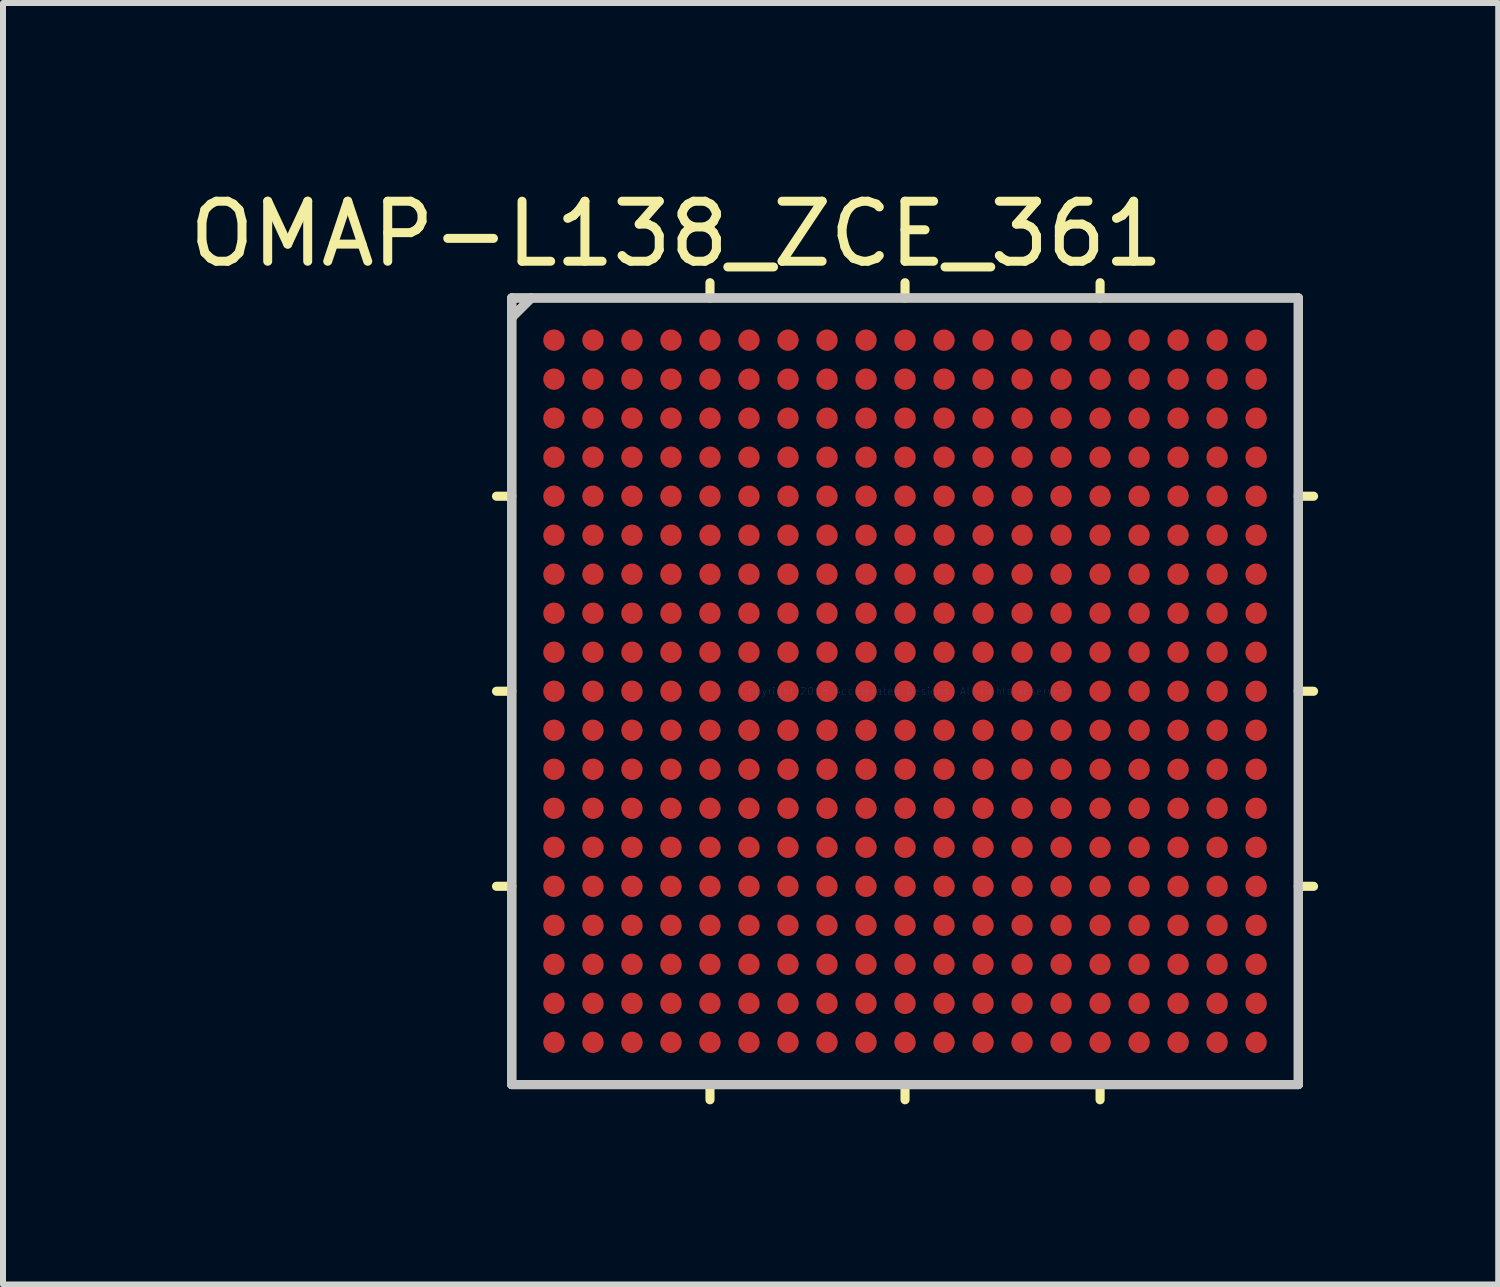
<source format=kicad_pcb>
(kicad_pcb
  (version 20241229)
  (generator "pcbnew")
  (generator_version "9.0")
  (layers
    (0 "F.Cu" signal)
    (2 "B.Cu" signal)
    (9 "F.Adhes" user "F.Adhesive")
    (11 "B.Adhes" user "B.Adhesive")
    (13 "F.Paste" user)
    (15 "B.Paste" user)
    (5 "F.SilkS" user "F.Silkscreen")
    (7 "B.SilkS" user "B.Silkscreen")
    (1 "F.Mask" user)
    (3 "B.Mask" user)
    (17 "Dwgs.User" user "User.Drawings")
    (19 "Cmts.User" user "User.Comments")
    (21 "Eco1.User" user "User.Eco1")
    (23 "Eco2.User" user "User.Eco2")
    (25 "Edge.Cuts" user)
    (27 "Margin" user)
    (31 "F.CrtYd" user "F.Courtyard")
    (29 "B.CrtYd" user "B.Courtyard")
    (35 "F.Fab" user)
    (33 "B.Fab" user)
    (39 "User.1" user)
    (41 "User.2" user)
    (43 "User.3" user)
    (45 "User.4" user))
  (footprint "OMAP-L138_ZCE_361"
    (layer "F.Cu")
    (at 12.03 8.468)
    (property "Reference" "OMAP-L138_ZCE_361" (at -3.81 -7.62 0) (layer "F.SilkS") (effects (font (size 1 1) (thickness 0.15))))
    (attr through_hole)
    (fp_line (start -6.553 -6.553) (end -6.553 6.553) (stroke (width 0.152) (type solid)) (layer "F.SilkS"))
    (fp_line (start -6.553 -3.25) (end -6.807 -3.25) (stroke (width 0.152) (type solid)) (layer "F.SilkS"))
    (fp_line (start -6.553 0) (end -6.807 0) (stroke (width 0.152) (type solid)) (layer "F.SilkS"))
    (fp_line (start -6.553 3.25) (end -6.807 3.25) (stroke (width 0.152) (type solid)) (layer "F.SilkS"))
    (fp_line (start -6.553 6.553) (end 6.553 6.553) (stroke (width 0.152) (type solid)) (layer "F.SilkS"))
    (fp_line (start -6.228 -6.553) (end -6.553 -6.228) (stroke (width 0.152) (type solid)) (layer "F.SilkS"))
    (fp_line (start -3.25 -6.553) (end -3.25 -6.807) (stroke (width 0.152) (type solid)) (layer "F.SilkS"))
    (fp_line (start -3.25 6.553) (end -3.25 6.807) (stroke (width 0.152) (type solid)) (layer "F.SilkS"))
    (fp_line (start 0 -6.553) (end 0 -6.807) (stroke (width 0.152) (type solid)) (layer "F.SilkS"))
    (fp_line (start 0 6.553) (end 0 6.807) (stroke (width 0.152) (type solid)) (layer "F.SilkS"))
    (fp_line (start 3.25 -6.553) (end 3.25 -6.807) (stroke (width 0.152) (type solid)) (layer "F.SilkS"))
    (fp_line (start 3.25 6.553) (end 3.25 6.807) (stroke (width 0.152) (type solid)) (layer "F.SilkS"))
    (fp_line (start 6.553 -6.553) (end -6.553 -6.553) (stroke (width 0.152) (type solid)) (layer "F.SilkS"))
    (fp_line (start 6.553 -3.25) (end 6.807 -3.25) (stroke (width 0.152) (type solid)) (layer "F.SilkS"))
    (fp_line (start 6.553 0) (end 6.807 0) (stroke (width 0.152) (type solid)) (layer "F.SilkS"))
    (fp_line (start 6.553 3.25) (end 6.807 3.25) (stroke (width 0.152) (type solid)) (layer "F.SilkS"))
    (fp_line (start 6.553 6.553) (end 6.553 -6.553) (stroke (width 0.152) (type solid)) (layer "F.SilkS"))
    (fp_line (start -6.553 -6.553) (end -6.553 6.553) (stroke (width 0.152) (type solid)) (layer "Dwgs.User"))
    (fp_line (start -6.553 6.553) (end 6.553 6.553) (stroke (width 0.152) (type solid)) (layer "Dwgs.User"))
    (fp_line (start -6.228 -6.553) (end -6.553 -6.228) (stroke (width 0.152) (type solid)) (layer "Dwgs.User"))
    (fp_line (start 6.553 -6.553) (end -6.553 -6.553) (stroke (width 0.152) (type solid)) (layer "Dwgs.User"))
    (fp_line (start 6.553 6.553) (end 6.553 -6.553) (stroke (width 0.152) (type solid)) (layer "Dwgs.User"))
    (fp_text user "Copyright 2016 Accelerated Designs. All rights reserved." (at 0 0 0) (layer "Cmts.User") (effects (font (size 0.127 0.127) (thickness 0.002))))
    (pad "A1" smd circle (at -5.85 -5.85) (size 0.356 0.356) (layers "F.Cu"))
    (pad "A2" smd circle (at -5.2 -5.85) (size 0.356 0.356) (layers "F.Cu"))
    (pad "A3" smd circle (at -4.55 -5.85) (size 0.356 0.356) (layers "F.Cu"))
    (pad "A4" smd circle (at -3.9 -5.85) (size 0.356 0.356) (layers "F.Cu"))
    (pad "A5" smd circle (at -3.25 -5.85) (size 0.356 0.356) (layers "F.Cu"))
    (pad "A6" smd circle (at -2.6 -5.85) (size 0.356 0.356) (layers "F.Cu"))
    (pad "A7" smd circle (at -1.95 -5.85) (size 0.356 0.356) (layers "F.Cu"))
    (pad "A8" smd circle (at -1.3 -5.85) (size 0.356 0.356) (layers "F.Cu"))
    (pad "A9" smd circle (at -0.65 -5.85) (size 0.356 0.356) (layers "F.Cu"))
    (pad "A10" smd circle (at 0 -5.85) (size 0.356 0.356) (layers "F.Cu"))
    (pad "A11" smd circle (at 0.65 -5.85) (size 0.356 0.356) (layers "F.Cu"))
    (pad "A12" smd circle (at 1.3 -5.85) (size 0.356 0.356) (layers "F.Cu"))
    (pad "A13" smd circle (at 1.95 -5.85) (size 0.356 0.356) (layers "F.Cu"))
    (pad "A14" smd circle (at 2.6 -5.85) (size 0.356 0.356) (layers "F.Cu"))
    (pad "A15" smd circle (at 3.25 -5.85) (size 0.356 0.356) (layers "F.Cu"))
    (pad "A16" smd circle (at 3.9 -5.85) (size 0.356 0.356) (layers "F.Cu"))
    (pad "A17" smd circle (at 4.55 -5.85) (size 0.356 0.356) (layers "F.Cu"))
    (pad "A18" smd circle (at 5.2 -5.85) (size 0.356 0.356) (layers "F.Cu"))
    (pad "A19" smd circle (at 5.85 -5.85) (size 0.356 0.356) (layers "F.Cu"))
    (pad "B1" smd circle (at -5.85 -5.2) (size 0.356 0.356) (layers "F.Cu"))
    (pad "B2" smd circle (at -5.2 -5.2) (size 0.356 0.356) (layers "F.Cu"))
    (pad "B3" smd circle (at -4.55 -5.2) (size 0.356 0.356) (layers "F.Cu"))
    (pad "B4" smd circle (at -3.9 -5.2) (size 0.356 0.356) (layers "F.Cu"))
    (pad "B5" smd circle (at -3.25 -5.2) (size 0.356 0.356) (layers "F.Cu"))
    (pad "B6" smd circle (at -2.6 -5.2) (size 0.356 0.356) (layers "F.Cu"))
    (pad "B7" smd circle (at -1.95 -5.2) (size 0.356 0.356) (layers "F.Cu"))
    (pad "B8" smd circle (at -1.3 -5.2) (size 0.356 0.356) (layers "F.Cu"))
    (pad "B9" smd circle (at -0.65 -5.2) (size 0.356 0.356) (layers "F.Cu"))
    (pad "B10" smd circle (at 0 -5.2) (size 0.356 0.356) (layers "F.Cu"))
    (pad "B11" smd circle (at 0.65 -5.2) (size 0.356 0.356) (layers "F.Cu"))
    (pad "B12" smd circle (at 1.3 -5.2) (size 0.356 0.356) (layers "F.Cu"))
    (pad "B13" smd circle (at 1.95 -5.2) (size 0.356 0.356) (layers "F.Cu"))
    (pad "B14" smd circle (at 2.6 -5.2) (size 0.356 0.356) (layers "F.Cu"))
    (pad "B15" smd circle (at 3.25 -5.2) (size 0.356 0.356) (layers "F.Cu"))
    (pad "B16" smd circle (at 3.9 -5.2) (size 0.356 0.356) (layers "F.Cu"))
    (pad "B17" smd circle (at 4.55 -5.2) (size 0.356 0.356) (layers "F.Cu"))
    (pad "B18" smd circle (at 5.2 -5.2) (size 0.356 0.356) (layers "F.Cu"))
    (pad "B19" smd circle (at 5.85 -5.2) (size 0.356 0.356) (layers "F.Cu"))
    (pad "C1" smd circle (at -5.85 -4.55) (size 0.356 0.356) (layers "F.Cu"))
    (pad "C2" smd circle (at -5.2 -4.55) (size 0.356 0.356) (layers "F.Cu"))
    (pad "C3" smd circle (at -4.55 -4.55) (size 0.356 0.356) (layers "F.Cu"))
    (pad "C4" smd circle (at -3.9 -4.55) (size 0.356 0.356) (layers "F.Cu"))
    (pad "C5" smd circle (at -3.25 -4.55) (size 0.356 0.356) (layers "F.Cu"))
    (pad "C6" smd circle (at -2.6 -4.55) (size 0.356 0.356) (layers "F.Cu"))
    (pad "C7" smd circle (at -1.95 -4.55) (size 0.356 0.356) (layers "F.Cu"))
    (pad "C8" smd circle (at -1.3 -4.55) (size 0.356 0.356) (layers "F.Cu"))
    (pad "C9" smd circle (at -0.65 -4.55) (size 0.356 0.356) (layers "F.Cu"))
    (pad "C10" smd circle (at 0 -4.55) (size 0.356 0.356) (layers "F.Cu"))
    (pad "C11" smd circle (at 0.65 -4.55) (size 0.356 0.356) (layers "F.Cu"))
    (pad "C12" smd circle (at 1.3 -4.55) (size 0.356 0.356) (layers "F.Cu"))
    (pad "C13" smd circle (at 1.95 -4.55) (size 0.356 0.356) (layers "F.Cu"))
    (pad "C14" smd circle (at 2.6 -4.55) (size 0.356 0.356) (layers "F.Cu"))
    (pad "C15" smd circle (at 3.25 -4.55) (size 0.356 0.356) (layers "F.Cu"))
    (pad "C16" smd circle (at 3.9 -4.55) (size 0.356 0.356) (layers "F.Cu"))
    (pad "C17" smd circle (at 4.55 -4.55) (size 0.356 0.356) (layers "F.Cu"))
    (pad "C18" smd circle (at 5.2 -4.55) (size 0.356 0.356) (layers "F.Cu"))
    (pad "C19" smd circle (at 5.85 -4.55) (size 0.356 0.356) (layers "F.Cu"))
    (pad "D1" smd circle (at -5.85 -3.9) (size 0.356 0.356) (layers "F.Cu"))
    (pad "D2" smd circle (at -5.2 -3.9) (size 0.356 0.356) (layers "F.Cu"))
    (pad "D3" smd circle (at -4.55 -3.9) (size 0.356 0.356) (layers "F.Cu"))
    (pad "D4" smd circle (at -3.9 -3.9) (size 0.356 0.356) (layers "F.Cu"))
    (pad "D5" smd circle (at -3.25 -3.9) (size 0.356 0.356) (layers "F.Cu"))
    (pad "D6" smd circle (at -2.6 -3.9) (size 0.356 0.356) (layers "F.Cu"))
    (pad "D7" smd circle (at -1.95 -3.9) (size 0.356 0.356) (layers "F.Cu"))
    (pad "D8" smd circle (at -1.3 -3.9) (size 0.356 0.356) (layers "F.Cu"))
    (pad "D9" smd circle (at -0.65 -3.9) (size 0.356 0.356) (layers "F.Cu"))
    (pad "D10" smd circle (at 0 -3.9) (size 0.356 0.356) (layers "F.Cu"))
    (pad "D11" smd circle (at 0.65 -3.9) (size 0.356 0.356) (layers "F.Cu"))
    (pad "D12" smd circle (at 1.3 -3.9) (size 0.356 0.356) (layers "F.Cu"))
    (pad "D13" smd circle (at 1.95 -3.9) (size 0.356 0.356) (layers "F.Cu"))
    (pad "D14" smd circle (at 2.6 -3.9) (size 0.356 0.356) (layers "F.Cu"))
    (pad "D15" smd circle (at 3.25 -3.9) (size 0.356 0.356) (layers "F.Cu"))
    (pad "D16" smd circle (at 3.9 -3.9) (size 0.356 0.356) (layers "F.Cu"))
    (pad "D17" smd circle (at 4.55 -3.9) (size 0.356 0.356) (layers "F.Cu"))
    (pad "D18" smd circle (at 5.2 -3.9) (size 0.356 0.356) (layers "F.Cu"))
    (pad "D19" smd circle (at 5.85 -3.9) (size 0.356 0.356) (layers "F.Cu"))
    (pad "E1" smd circle (at -5.85 -3.25) (size 0.356 0.356) (layers "F.Cu"))
    (pad "E2" smd circle (at -5.2 -3.25) (size 0.356 0.356) (layers "F.Cu"))
    (pad "E3" smd circle (at -4.55 -3.25) (size 0.356 0.356) (layers "F.Cu"))
    (pad "E4" smd circle (at -3.9 -3.25) (size 0.356 0.356) (layers "F.Cu"))
    (pad "E5" smd circle (at -3.25 -3.25) (size 0.356 0.356) (layers "F.Cu"))
    (pad "E6" smd circle (at -2.6 -3.25) (size 0.356 0.356) (layers "F.Cu"))
    (pad "E7" smd circle (at -1.95 -3.25) (size 0.356 0.356) (layers "F.Cu"))
    (pad "E8" smd circle (at -1.3 -3.25) (size 0.356 0.356) (layers "F.Cu"))
    (pad "E9" smd circle (at -0.65 -3.25) (size 0.356 0.356) (layers "F.Cu"))
    (pad "E10" smd circle (at 0 -3.25) (size 0.356 0.356) (layers "F.Cu"))
    (pad "E11" smd circle (at 0.65 -3.25) (size 0.356 0.356) (layers "F.Cu"))
    (pad "E12" smd circle (at 1.3 -3.25) (size 0.356 0.356) (layers "F.Cu"))
    (pad "E13" smd circle (at 1.95 -3.25) (size 0.356 0.356) (layers "F.Cu"))
    (pad "E14" smd circle (at 2.6 -3.25) (size 0.356 0.356) (layers "F.Cu"))
    (pad "E15" smd circle (at 3.25 -3.25) (size 0.356 0.356) (layers "F.Cu"))
    (pad "E16" smd circle (at 3.9 -3.25) (size 0.356 0.356) (layers "F.Cu"))
    (pad "E17" smd circle (at 4.55 -3.25) (size 0.356 0.356) (layers "F.Cu"))
    (pad "E18" smd circle (at 5.2 -3.25) (size 0.356 0.356) (layers "F.Cu"))
    (pad "E19" smd circle (at 5.85 -3.25) (size 0.356 0.356) (layers "F.Cu"))
    (pad "F1" smd circle (at -5.85 -2.6) (size 0.356 0.356) (layers "F.Cu"))
    (pad "F2" smd circle (at -5.2 -2.6) (size 0.356 0.356) (layers "F.Cu"))
    (pad "F3" smd circle (at -4.55 -2.6) (size 0.356 0.356) (layers "F.Cu"))
    (pad "F4" smd circle (at -3.9 -2.6) (size 0.356 0.356) (layers "F.Cu"))
    (pad "F5" smd circle (at -3.25 -2.6) (size 0.356 0.356) (layers "F.Cu"))
    (pad "F6" smd circle (at -2.6 -2.6) (size 0.356 0.356) (layers "F.Cu"))
    (pad "F7" smd circle (at -1.95 -2.6) (size 0.356 0.356) (layers "F.Cu"))
    (pad "F8" smd circle (at -1.3 -2.6) (size 0.356 0.356) (layers "F.Cu"))
    (pad "F9" smd circle (at -0.65 -2.6) (size 0.356 0.356) (layers "F.Cu"))
    (pad "F10" smd circle (at 0 -2.6) (size 0.356 0.356) (layers "F.Cu"))
    (pad "F11" smd circle (at 0.65 -2.6) (size 0.356 0.356) (layers "F.Cu"))
    (pad "F12" smd circle (at 1.3 -2.6) (size 0.356 0.356) (layers "F.Cu"))
    (pad "F13" smd circle (at 1.95 -2.6) (size 0.356 0.356) (layers "F.Cu"))
    (pad "F14" smd circle (at 2.6 -2.6) (size 0.356 0.356) (layers "F.Cu"))
    (pad "F15" smd circle (at 3.25 -2.6) (size 0.356 0.356) (layers "F.Cu"))
    (pad "F16" smd circle (at 3.9 -2.6) (size 0.356 0.356) (layers "F.Cu"))
    (pad "F17" smd circle (at 4.55 -2.6) (size 0.356 0.356) (layers "F.Cu"))
    (pad "F18" smd circle (at 5.2 -2.6) (size 0.356 0.356) (layers "F.Cu"))
    (pad "F19" smd circle (at 5.85 -2.6) (size 0.356 0.356) (layers "F.Cu"))
    (pad "G1" smd circle (at -5.85 -1.95) (size 0.356 0.356) (layers "F.Cu"))
    (pad "G2" smd circle (at -5.2 -1.95) (size 0.356 0.356) (layers "F.Cu"))
    (pad "G3" smd circle (at -4.55 -1.95) (size 0.356 0.356) (layers "F.Cu"))
    (pad "G4" smd circle (at -3.9 -1.95) (size 0.356 0.356) (layers "F.Cu"))
    (pad "G5" smd circle (at -3.25 -1.95) (size 0.356 0.356) (layers "F.Cu"))
    (pad "G6" smd circle (at -2.6 -1.95) (size 0.356 0.356) (layers "F.Cu"))
    (pad "G7" smd circle (at -1.95 -1.95) (size 0.356 0.356) (layers "F.Cu"))
    (pad "G8" smd circle (at -1.3 -1.95) (size 0.356 0.356) (layers "F.Cu"))
    (pad "G9" smd circle (at -0.65 -1.95) (size 0.356 0.356) (layers "F.Cu"))
    (pad "G10" smd circle (at 0 -1.95) (size 0.356 0.356) (layers "F.Cu"))
    (pad "G11" smd circle (at 0.65 -1.95) (size 0.356 0.356) (layers "F.Cu"))
    (pad "G12" smd circle (at 1.3 -1.95) (size 0.356 0.356) (layers "F.Cu"))
    (pad "G13" smd circle (at 1.95 -1.95) (size 0.356 0.356) (layers "F.Cu"))
    (pad "G14" smd circle (at 2.6 -1.95) (size 0.356 0.356) (layers "F.Cu"))
    (pad "G15" smd circle (at 3.25 -1.95) (size 0.356 0.356) (layers "F.Cu"))
    (pad "G16" smd circle (at 3.9 -1.95) (size 0.356 0.356) (layers "F.Cu"))
    (pad "G17" smd circle (at 4.55 -1.95) (size 0.356 0.356) (layers "F.Cu"))
    (pad "G18" smd circle (at 5.2 -1.95) (size 0.356 0.356) (layers "F.Cu"))
    (pad "G19" smd circle (at 5.85 -1.95) (size 0.356 0.356) (layers "F.Cu"))
    (pad "H1" smd circle (at -5.85 -1.3) (size 0.356 0.356) (layers "F.Cu"))
    (pad "H2" smd circle (at -5.2 -1.3) (size 0.356 0.356) (layers "F.Cu"))
    (pad "H3" smd circle (at -4.55 -1.3) (size 0.356 0.356) (layers "F.Cu"))
    (pad "H4" smd circle (at -3.9 -1.3) (size 0.356 0.356) (layers "F.Cu"))
    (pad "H5" smd circle (at -3.25 -1.3) (size 0.356 0.356) (layers "F.Cu"))
    (pad "H6" smd circle (at -2.6 -1.3) (size 0.356 0.356) (layers "F.Cu"))
    (pad "H7" smd circle (at -1.95 -1.3) (size 0.356 0.356) (layers "F.Cu"))
    (pad "H8" smd circle (at -1.3 -1.3) (size 0.356 0.356) (layers "F.Cu"))
    (pad "H9" smd circle (at -0.65 -1.3) (size 0.356 0.356) (layers "F.Cu"))
    (pad "H10" smd circle (at 0 -1.3) (size 0.356 0.356) (layers "F.Cu"))
    (pad "H11" smd circle (at 0.65 -1.3) (size 0.356 0.356) (layers "F.Cu"))
    (pad "H12" smd circle (at 1.3 -1.3) (size 0.356 0.356) (layers "F.Cu"))
    (pad "H13" smd circle (at 1.95 -1.3) (size 0.356 0.356) (layers "F.Cu"))
    (pad "H14" smd circle (at 2.6 -1.3) (size 0.356 0.356) (layers "F.Cu"))
    (pad "H15" smd circle (at 3.25 -1.3) (size 0.356 0.356) (layers "F.Cu"))
    (pad "H16" smd circle (at 3.9 -1.3) (size 0.356 0.356) (layers "F.Cu"))
    (pad "H17" smd circle (at 4.55 -1.3) (size 0.356 0.356) (layers "F.Cu"))
    (pad "H18" smd circle (at 5.2 -1.3) (size 0.356 0.356) (layers "F.Cu"))
    (pad "H19" smd circle (at 5.85 -1.3) (size 0.356 0.356) (layers "F.Cu"))
    (pad "J1" smd circle (at -5.85 -0.65) (size 0.356 0.356) (layers "F.Cu"))
    (pad "J2" smd circle (at -5.2 -0.65) (size 0.356 0.356) (layers "F.Cu"))
    (pad "J3" smd circle (at -4.55 -0.65) (size 0.356 0.356) (layers "F.Cu"))
    (pad "J4" smd circle (at -3.9 -0.65) (size 0.356 0.356) (layers "F.Cu"))
    (pad "J5" smd circle (at -3.25 -0.65) (size 0.356 0.356) (layers "F.Cu"))
    (pad "J6" smd circle (at -2.6 -0.65) (size 0.356 0.356) (layers "F.Cu"))
    (pad "J7" smd circle (at -1.95 -0.65) (size 0.356 0.356) (layers "F.Cu"))
    (pad "J8" smd circle (at -1.3 -0.65) (size 0.356 0.356) (layers "F.Cu"))
    (pad "J9" smd circle (at -0.65 -0.65) (size 0.356 0.356) (layers "F.Cu"))
    (pad "J10" smd circle (at 0 -0.65) (size 0.356 0.356) (layers "F.Cu"))
    (pad "J11" smd circle (at 0.65 -0.65) (size 0.356 0.356) (layers "F.Cu"))
    (pad "J12" smd circle (at 1.3 -0.65) (size 0.356 0.356) (layers "F.Cu"))
    (pad "J13" smd circle (at 1.95 -0.65) (size 0.356 0.356) (layers "F.Cu"))
    (pad "J14" smd circle (at 2.6 -0.65) (size 0.356 0.356) (layers "F.Cu"))
    (pad "J15" smd circle (at 3.25 -0.65) (size 0.356 0.356) (layers "F.Cu"))
    (pad "J16" smd circle (at 3.9 -0.65) (size 0.356 0.356) (layers "F.Cu"))
    (pad "J17" smd circle (at 4.55 -0.65) (size 0.356 0.356) (layers "F.Cu"))
    (pad "J18" smd circle (at 5.2 -0.65) (size 0.356 0.356) (layers "F.Cu"))
    (pad "J19" smd circle (at 5.85 -0.65) (size 0.356 0.356) (layers "F.Cu"))
    (pad "K1" smd circle (at -5.85 0) (size 0.356 0.356) (layers "F.Cu"))
    (pad "K2" smd circle (at -5.2 0) (size 0.356 0.356) (layers "F.Cu"))
    (pad "K3" smd circle (at -4.55 0) (size 0.356 0.356) (layers "F.Cu"))
    (pad "K4" smd circle (at -3.9 0) (size 0.356 0.356) (layers "F.Cu"))
    (pad "K5" smd circle (at -3.25 0) (size 0.356 0.356) (layers "F.Cu"))
    (pad "K6" smd circle (at -2.6 0) (size 0.356 0.356) (layers "F.Cu"))
    (pad "K7" smd circle (at -1.95 0) (size 0.356 0.356) (layers "F.Cu"))
    (pad "K8" smd circle (at -1.3 0) (size 0.356 0.356) (layers "F.Cu"))
    (pad "K9" smd circle (at -0.65 0) (size 0.356 0.356) (layers "F.Cu"))
    (pad "K10" smd circle (at 0 0) (size 0.356 0.356) (layers "F.Cu"))
    (pad "K11" smd circle (at 0.65 0) (size 0.356 0.356) (layers "F.Cu"))
    (pad "K12" smd circle (at 1.3 0) (size 0.356 0.356) (layers "F.Cu"))
    (pad "K13" smd circle (at 1.95 0) (size 0.356 0.356) (layers "F.Cu"))
    (pad "K14" smd circle (at 2.6 0) (size 0.356 0.356) (layers "F.Cu"))
    (pad "K15" smd circle (at 3.25 0) (size 0.356 0.356) (layers "F.Cu"))
    (pad "K16" smd circle (at 3.9 0) (size 0.356 0.356) (layers "F.Cu"))
    (pad "K17" smd circle (at 4.55 0) (size 0.356 0.356) (layers "F.Cu"))
    (pad "K18" smd circle (at 5.2 0) (size 0.356 0.356) (layers "F.Cu"))
    (pad "K19" smd circle (at 5.85 0) (size 0.356 0.356) (layers "F.Cu"))
    (pad "L1" smd circle (at -5.85 0.65) (size 0.356 0.356) (layers "F.Cu"))
    (pad "L2" smd circle (at -5.2 0.65) (size 0.356 0.356) (layers "F.Cu"))
    (pad "L3" smd circle (at -4.55 0.65) (size 0.356 0.356) (layers "F.Cu"))
    (pad "L4" smd circle (at -3.9 0.65) (size 0.356 0.356) (layers "F.Cu"))
    (pad "L5" smd circle (at -3.25 0.65) (size 0.356 0.356) (layers "F.Cu"))
    (pad "L6" smd circle (at -2.6 0.65) (size 0.356 0.356) (layers "F.Cu"))
    (pad "L7" smd circle (at -1.95 0.65) (size 0.356 0.356) (layers "F.Cu"))
    (pad "L8" smd circle (at -1.3 0.65) (size 0.356 0.356) (layers "F.Cu"))
    (pad "L9" smd circle (at -0.65 0.65) (size 0.356 0.356) (layers "F.Cu"))
    (pad "L10" smd circle (at 0 0.65) (size 0.356 0.356) (layers "F.Cu"))
    (pad "L11" smd circle (at 0.65 0.65) (size 0.356 0.356) (layers "F.Cu"))
    (pad "L12" smd circle (at 1.3 0.65) (size 0.356 0.356) (layers "F.Cu"))
    (pad "L13" smd circle (at 1.95 0.65) (size 0.356 0.356) (layers "F.Cu"))
    (pad "L14" smd circle (at 2.6 0.65) (size 0.356 0.356) (layers "F.Cu"))
    (pad "L15" smd circle (at 3.25 0.65) (size 0.356 0.356) (layers "F.Cu"))
    (pad "L16" smd circle (at 3.9 0.65) (size 0.356 0.356) (layers "F.Cu"))
    (pad "L17" smd circle (at 4.55 0.65) (size 0.356 0.356) (layers "F.Cu"))
    (pad "L18" smd circle (at 5.2 0.65) (size 0.356 0.356) (layers "F.Cu"))
    (pad "L19" smd circle (at 5.85 0.65) (size 0.356 0.356) (layers "F.Cu"))
    (pad "M1" smd circle (at -5.85 1.3) (size 0.356 0.356) (layers "F.Cu"))
    (pad "M2" smd circle (at -5.2 1.3) (size 0.356 0.356) (layers "F.Cu"))
    (pad "M3" smd circle (at -4.55 1.3) (size 0.356 0.356) (layers "F.Cu"))
    (pad "M4" smd circle (at -3.9 1.3) (size 0.356 0.356) (layers "F.Cu"))
    (pad "M5" smd circle (at -3.25 1.3) (size 0.356 0.356) (layers "F.Cu"))
    (pad "M6" smd circle (at -2.6 1.3) (size 0.356 0.356) (layers "F.Cu"))
    (pad "M7" smd circle (at -1.95 1.3) (size 0.356 0.356) (layers "F.Cu"))
    (pad "M8" smd circle (at -1.3 1.3) (size 0.356 0.356) (layers "F.Cu"))
    (pad "M9" smd circle (at -0.65 1.3) (size 0.356 0.356) (layers "F.Cu"))
    (pad "M10" smd circle (at 0 1.3) (size 0.356 0.356) (layers "F.Cu"))
    (pad "M11" smd circle (at 0.65 1.3) (size 0.356 0.356) (layers "F.Cu"))
    (pad "M12" smd circle (at 1.3 1.3) (size 0.356 0.356) (layers "F.Cu"))
    (pad "M13" smd circle (at 1.95 1.3) (size 0.356 0.356) (layers "F.Cu"))
    (pad "M14" smd circle (at 2.6 1.3) (size 0.356 0.356) (layers "F.Cu"))
    (pad "M15" smd circle (at 3.25 1.3) (size 0.356 0.356) (layers "F.Cu"))
    (pad "M16" smd circle (at 3.9 1.3) (size 0.356 0.356) (layers "F.Cu"))
    (pad "M17" smd circle (at 4.55 1.3) (size 0.356 0.356) (layers "F.Cu"))
    (pad "M18" smd circle (at 5.2 1.3) (size 0.356 0.356) (layers "F.Cu"))
    (pad "M19" smd circle (at 5.85 1.3) (size 0.356 0.356) (layers "F.Cu"))
    (pad "N1" smd circle (at -5.85 1.95) (size 0.356 0.356) (layers "F.Cu"))
    (pad "N2" smd circle (at -5.2 1.95) (size 0.356 0.356) (layers "F.Cu"))
    (pad "N3" smd circle (at -4.55 1.95) (size 0.356 0.356) (layers "F.Cu"))
    (pad "N4" smd circle (at -3.9 1.95) (size 0.356 0.356) (layers "F.Cu"))
    (pad "N5" smd circle (at -3.25 1.95) (size 0.356 0.356) (layers "F.Cu"))
    (pad "N6" smd circle (at -2.6 1.95) (size 0.356 0.356) (layers "F.Cu"))
    (pad "N7" smd circle (at -1.95 1.95) (size 0.356 0.356) (layers "F.Cu"))
    (pad "N8" smd circle (at -1.3 1.95) (size 0.356 0.356) (layers "F.Cu"))
    (pad "N9" smd circle (at -0.65 1.95) (size 0.356 0.356) (layers "F.Cu"))
    (pad "N10" smd circle (at 0 1.95) (size 0.356 0.356) (layers "F.Cu"))
    (pad "N11" smd circle (at 0.65 1.95) (size 0.356 0.356) (layers "F.Cu"))
    (pad "N12" smd circle (at 1.3 1.95) (size 0.356 0.356) (layers "F.Cu"))
    (pad "N13" smd circle (at 1.95 1.95) (size 0.356 0.356) (layers "F.Cu"))
    (pad "N14" smd circle (at 2.6 1.95) (size 0.356 0.356) (layers "F.Cu"))
    (pad "N15" smd circle (at 3.25 1.95) (size 0.356 0.356) (layers "F.Cu"))
    (pad "N16" smd circle (at 3.9 1.95) (size 0.356 0.356) (layers "F.Cu"))
    (pad "N17" smd circle (at 4.55 1.95) (size 0.356 0.356) (layers "F.Cu"))
    (pad "N18" smd circle (at 5.2 1.95) (size 0.356 0.356) (layers "F.Cu"))
    (pad "N19" smd circle (at 5.85 1.95) (size 0.356 0.356) (layers "F.Cu"))
    (pad "P1" smd circle (at -5.85 2.6) (size 0.356 0.356) (layers "F.Cu"))
    (pad "P2" smd circle (at -5.2 2.6) (size 0.356 0.356) (layers "F.Cu"))
    (pad "P3" smd circle (at -4.55 2.6) (size 0.356 0.356) (layers "F.Cu"))
    (pad "P4" smd circle (at -3.9 2.6) (size 0.356 0.356) (layers "F.Cu"))
    (pad "P5" smd circle (at -3.25 2.6) (size 0.356 0.356) (layers "F.Cu"))
    (pad "P6" smd circle (at -2.6 2.6) (size 0.356 0.356) (layers "F.Cu"))
    (pad "P7" smd circle (at -1.95 2.6) (size 0.356 0.356) (layers "F.Cu"))
    (pad "P8" smd circle (at -1.3 2.6) (size 0.356 0.356) (layers "F.Cu"))
    (pad "P9" smd circle (at -0.65 2.6) (size 0.356 0.356) (layers "F.Cu"))
    (pad "P10" smd circle (at 0 2.6) (size 0.356 0.356) (layers "F.Cu"))
    (pad "P11" smd circle (at 0.65 2.6) (size 0.356 0.356) (layers "F.Cu"))
    (pad "P12" smd circle (at 1.3 2.6) (size 0.356 0.356) (layers "F.Cu"))
    (pad "P13" smd circle (at 1.95 2.6) (size 0.356 0.356) (layers "F.Cu"))
    (pad "P14" smd circle (at 2.6 2.6) (size 0.356 0.356) (layers "F.Cu"))
    (pad "P15" smd circle (at 3.25 2.6) (size 0.356 0.356) (layers "F.Cu"))
    (pad "P16" smd circle (at 3.9 2.6) (size 0.356 0.356) (layers "F.Cu"))
    (pad "P17" smd circle (at 4.55 2.6) (size 0.356 0.356) (layers "F.Cu"))
    (pad "P18" smd circle (at 5.2 2.6) (size 0.356 0.356) (layers "F.Cu"))
    (pad "P19" smd circle (at 5.85 2.6) (size 0.356 0.356) (layers "F.Cu"))
    (pad "R1" smd circle (at -5.85 3.25) (size 0.356 0.356) (layers "F.Cu"))
    (pad "R2" smd circle (at -5.2 3.25) (size 0.356 0.356) (layers "F.Cu"))
    (pad "R3" smd circle (at -4.55 3.25) (size 0.356 0.356) (layers "F.Cu"))
    (pad "R4" smd circle (at -3.9 3.25) (size 0.356 0.356) (layers "F.Cu"))
    (pad "R5" smd circle (at -3.25 3.25) (size 0.356 0.356) (layers "F.Cu"))
    (pad "R6" smd circle (at -2.6 3.25) (size 0.356 0.356) (layers "F.Cu"))
    (pad "R7" smd circle (at -1.95 3.25) (size 0.356 0.356) (layers "F.Cu"))
    (pad "R8" smd circle (at -1.3 3.25) (size 0.356 0.356) (layers "F.Cu"))
    (pad "R9" smd circle (at -0.65 3.25) (size 0.356 0.356) (layers "F.Cu"))
    (pad "R10" smd circle (at 0 3.25) (size 0.356 0.356) (layers "F.Cu"))
    (pad "R11" smd circle (at 0.65 3.25) (size 0.356 0.356) (layers "F.Cu"))
    (pad "R12" smd circle (at 1.3 3.25) (size 0.356 0.356) (layers "F.Cu"))
    (pad "R13" smd circle (at 1.95 3.25) (size 0.356 0.356) (layers "F.Cu"))
    (pad "R14" smd circle (at 2.6 3.25) (size 0.356 0.356) (layers "F.Cu"))
    (pad "R15" smd circle (at 3.25 3.25) (size 0.356 0.356) (layers "F.Cu"))
    (pad "R16" smd circle (at 3.9 3.25) (size 0.356 0.356) (layers "F.Cu"))
    (pad "R17" smd circle (at 4.55 3.25) (size 0.356 0.356) (layers "F.Cu"))
    (pad "R18" smd circle (at 5.2 3.25) (size 0.356 0.356) (layers "F.Cu"))
    (pad "R19" smd circle (at 5.85 3.25) (size 0.356 0.356) (layers "F.Cu"))
    (pad "T1" smd circle (at -5.85 3.9) (size 0.356 0.356) (layers "F.Cu"))
    (pad "T2" smd circle (at -5.2 3.9) (size 0.356 0.356) (layers "F.Cu"))
    (pad "T3" smd circle (at -4.55 3.9) (size 0.356 0.356) (layers "F.Cu"))
    (pad "T4" smd circle (at -3.9 3.9) (size 0.356 0.356) (layers "F.Cu"))
    (pad "T5" smd circle (at -3.25 3.9) (size 0.356 0.356) (layers "F.Cu"))
    (pad "T6" smd circle (at -2.6 3.9) (size 0.356 0.356) (layers "F.Cu"))
    (pad "T7" smd circle (at -1.95 3.9) (size 0.356 0.356) (layers "F.Cu"))
    (pad "T8" smd circle (at -1.3 3.9) (size 0.356 0.356) (layers "F.Cu"))
    (pad "T9" smd circle (at -0.65 3.9) (size 0.356 0.356) (layers "F.Cu"))
    (pad "T10" smd circle (at 0 3.9) (size 0.356 0.356) (layers "F.Cu"))
    (pad "T11" smd circle (at 0.65 3.9) (size 0.356 0.356) (layers "F.Cu"))
    (pad "T12" smd circle (at 1.3 3.9) (size 0.356 0.356) (layers "F.Cu"))
    (pad "T13" smd circle (at 1.95 3.9) (size 0.356 0.356) (layers "F.Cu"))
    (pad "T14" smd circle (at 2.6 3.9) (size 0.356 0.356) (layers "F.Cu"))
    (pad "T15" smd circle (at 3.25 3.9) (size 0.356 0.356) (layers "F.Cu"))
    (pad "T16" smd circle (at 3.9 3.9) (size 0.356 0.356) (layers "F.Cu"))
    (pad "T17" smd circle (at 4.55 3.9) (size 0.356 0.356) (layers "F.Cu"))
    (pad "T18" smd circle (at 5.2 3.9) (size 0.356 0.356) (layers "F.Cu"))
    (pad "T19" smd circle (at 5.85 3.9) (size 0.356 0.356) (layers "F.Cu"))
    (pad "U1" smd circle (at -5.85 4.55) (size 0.356 0.356) (layers "F.Cu"))
    (pad "U2" smd circle (at -5.2 4.55) (size 0.356 0.356) (layers "F.Cu"))
    (pad "U3" smd circle (at -4.55 4.55) (size 0.356 0.356) (layers "F.Cu"))
    (pad "U4" smd circle (at -3.9 4.55) (size 0.356 0.356) (layers "F.Cu"))
    (pad "U5" smd circle (at -3.25 4.55) (size 0.356 0.356) (layers "F.Cu"))
    (pad "U6" smd circle (at -2.6 4.55) (size 0.356 0.356) (layers "F.Cu"))
    (pad "U7" smd circle (at -1.95 4.55) (size 0.356 0.356) (layers "F.Cu"))
    (pad "U8" smd circle (at -1.3 4.55) (size 0.356 0.356) (layers "F.Cu"))
    (pad "U9" smd circle (at -0.65 4.55) (size 0.356 0.356) (layers "F.Cu"))
    (pad "U10" smd circle (at 0 4.55) (size 0.356 0.356) (layers "F.Cu"))
    (pad "U11" smd circle (at 0.65 4.55) (size 0.356 0.356) (layers "F.Cu"))
    (pad "U12" smd circle (at 1.3 4.55) (size 0.356 0.356) (layers "F.Cu"))
    (pad "U13" smd circle (at 1.95 4.55) (size 0.356 0.356) (layers "F.Cu"))
    (pad "U14" smd circle (at 2.6 4.55) (size 0.356 0.356) (layers "F.Cu"))
    (pad "U15" smd circle (at 3.25 4.55) (size 0.356 0.356) (layers "F.Cu"))
    (pad "U16" smd circle (at 3.9 4.55) (size 0.356 0.356) (layers "F.Cu"))
    (pad "U17" smd circle (at 4.55 4.55) (size 0.356 0.356) (layers "F.Cu"))
    (pad "U18" smd circle (at 5.2 4.55) (size 0.356 0.356) (layers "F.Cu"))
    (pad "U19" smd circle (at 5.85 4.55) (size 0.356 0.356) (layers "F.Cu"))
    (pad "V1" smd circle (at -5.85 5.2) (size 0.356 0.356) (layers "F.Cu"))
    (pad "V2" smd circle (at -5.2 5.2) (size 0.356 0.356) (layers "F.Cu"))
    (pad "V3" smd circle (at -4.55 5.2) (size 0.356 0.356) (layers "F.Cu"))
    (pad "V4" smd circle (at -3.9 5.2) (size 0.356 0.356) (layers "F.Cu"))
    (pad "V5" smd circle (at -3.25 5.2) (size 0.356 0.356) (layers "F.Cu"))
    (pad "V6" smd circle (at -2.6 5.2) (size 0.356 0.356) (layers "F.Cu"))
    (pad "V7" smd circle (at -1.95 5.2) (size 0.356 0.356) (layers "F.Cu"))
    (pad "V8" smd circle (at -1.3 5.2) (size 0.356 0.356) (layers "F.Cu"))
    (pad "V9" smd circle (at -0.65 5.2) (size 0.356 0.356) (layers "F.Cu"))
    (pad "V10" smd circle (at 0 5.2) (size 0.356 0.356) (layers "F.Cu"))
    (pad "V11" smd circle (at 0.65 5.2) (size 0.356 0.356) (layers "F.Cu"))
    (pad "V12" smd circle (at 1.3 5.2) (size 0.356 0.356) (layers "F.Cu"))
    (pad "V13" smd circle (at 1.95 5.2) (size 0.356 0.356) (layers "F.Cu"))
    (pad "V14" smd circle (at 2.6 5.2) (size 0.356 0.356) (layers "F.Cu"))
    (pad "V15" smd circle (at 3.25 5.2) (size 0.356 0.356) (layers "F.Cu"))
    (pad "V16" smd circle (at 3.9 5.2) (size 0.356 0.356) (layers "F.Cu"))
    (pad "V17" smd circle (at 4.55 5.2) (size 0.356 0.356) (layers "F.Cu"))
    (pad "V18" smd circle (at 5.2 5.2) (size 0.356 0.356) (layers "F.Cu"))
    (pad "V19" smd circle (at 5.85 5.2) (size 0.356 0.356) (layers "F.Cu"))
    (pad "W1" smd circle (at -5.85 5.85) (size 0.356 0.356) (layers "F.Cu"))
    (pad "W2" smd circle (at -5.2 5.85) (size 0.356 0.356) (layers "F.Cu"))
    (pad "W3" smd circle (at -4.55 5.85) (size 0.356 0.356) (layers "F.Cu"))
    (pad "W4" smd circle (at -3.9 5.85) (size 0.356 0.356) (layers "F.Cu"))
    (pad "W5" smd circle (at -3.25 5.85) (size 0.356 0.356) (layers "F.Cu"))
    (pad "W6" smd circle (at -2.6 5.85) (size 0.356 0.356) (layers "F.Cu"))
    (pad "W7" smd circle (at -1.95 5.85) (size 0.356 0.356) (layers "F.Cu"))
    (pad "W8" smd circle (at -1.3 5.85) (size 0.356 0.356) (layers "F.Cu"))
    (pad "W9" smd circle (at -0.65 5.85) (size 0.356 0.356) (layers "F.Cu"))
    (pad "W10" smd circle (at 0 5.85) (size 0.356 0.356) (layers "F.Cu"))
    (pad "W11" smd circle (at 0.65 5.85) (size 0.356 0.356) (layers "F.Cu"))
    (pad "W12" smd circle (at 1.3 5.85) (size 0.356 0.356) (layers "F.Cu"))
    (pad "W13" smd circle (at 1.95 5.85) (size 0.356 0.356) (layers "F.Cu"))
    (pad "W14" smd circle (at 2.6 5.85) (size 0.356 0.356) (layers "F.Cu"))
    (pad "W15" smd circle (at 3.25 5.85) (size 0.356 0.356) (layers "F.Cu"))
    (pad "W16" smd circle (at 3.9 5.85) (size 0.356 0.356) (layers "F.Cu"))
    (pad "W17" smd circle (at 4.55 5.85) (size 0.356 0.356) (layers "F.Cu"))
    (pad "W18" smd circle (at 5.2 5.85) (size 0.356 0.356) (layers "F.Cu"))
    (pad "W19" smd circle (at 5.85 5.85) (size 0.356 0.356) (layers "F.Cu")))
  (gr_rect
    (start -3 -3)
    (end 21.914 18.352)
    (stroke (width 0.1) (type default))
    (fill no)
    (layer "Edge.Cuts")))
</source>
